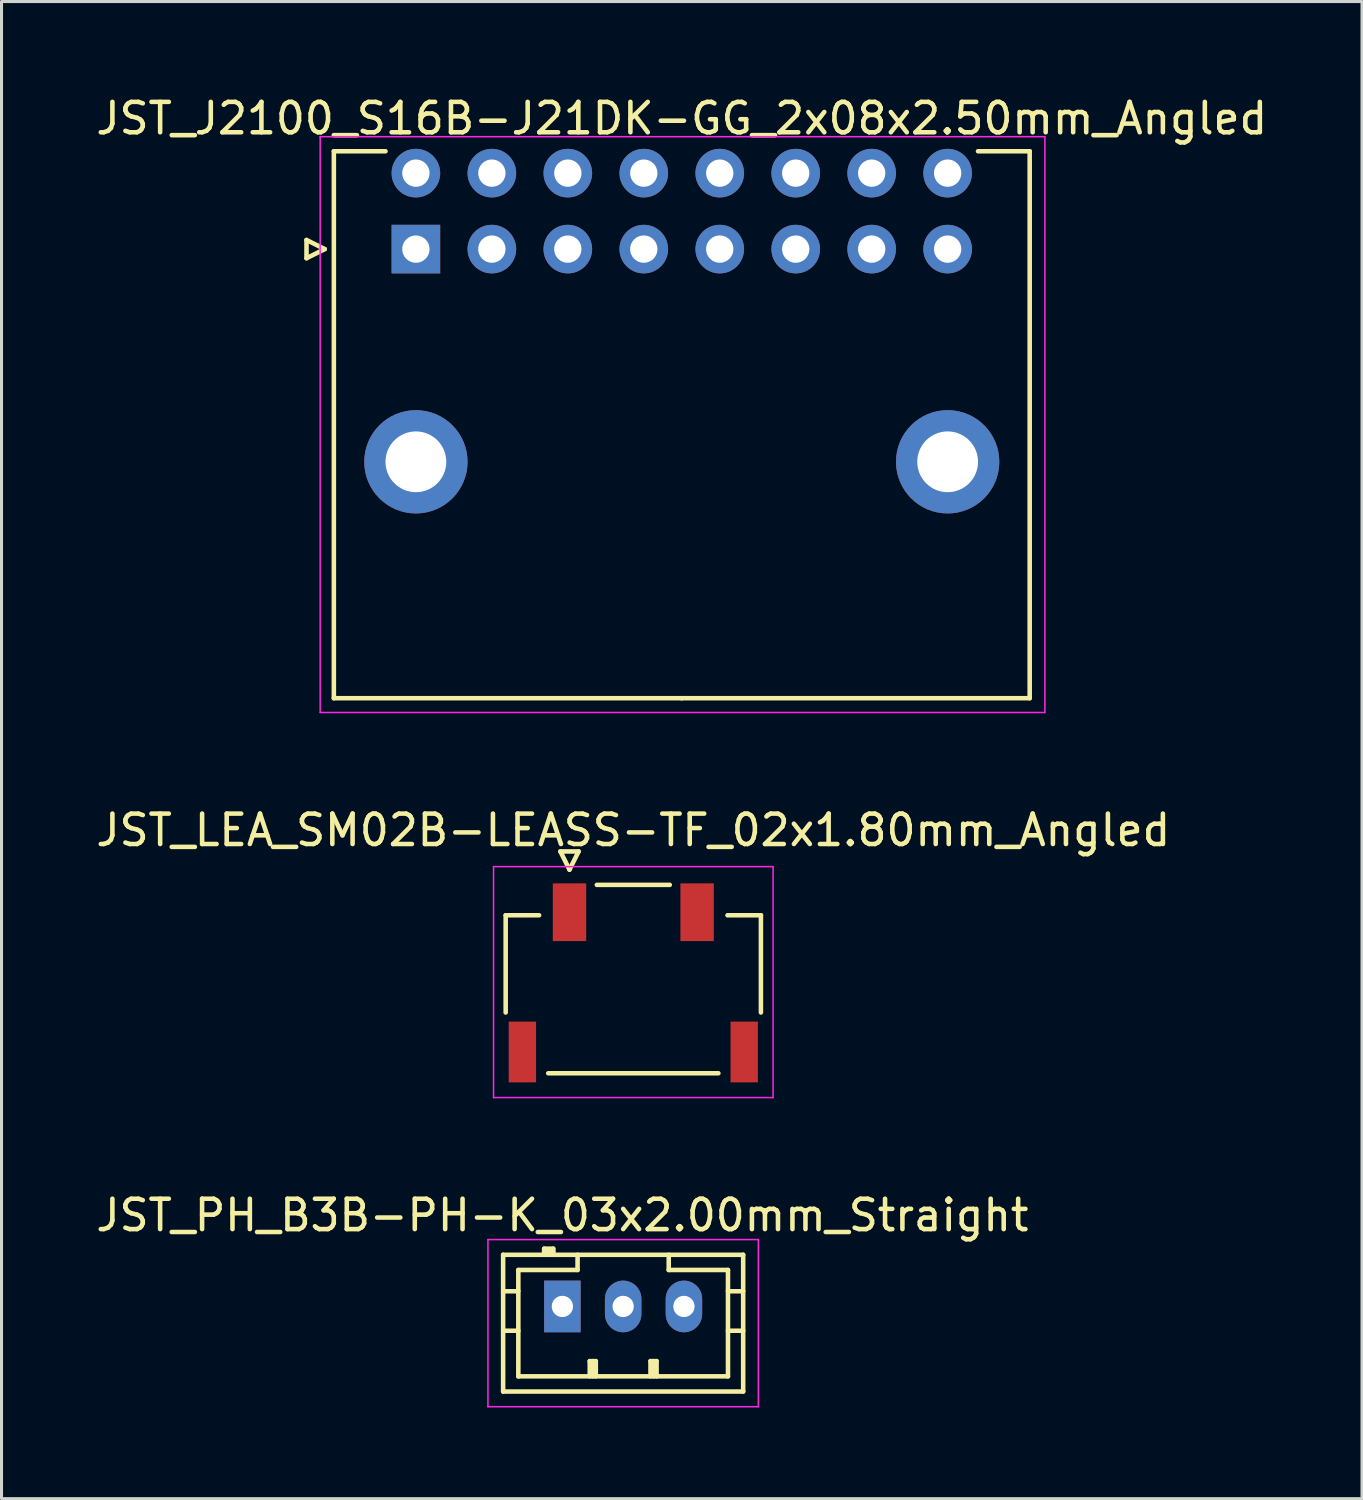
<source format=kicad_pcb>
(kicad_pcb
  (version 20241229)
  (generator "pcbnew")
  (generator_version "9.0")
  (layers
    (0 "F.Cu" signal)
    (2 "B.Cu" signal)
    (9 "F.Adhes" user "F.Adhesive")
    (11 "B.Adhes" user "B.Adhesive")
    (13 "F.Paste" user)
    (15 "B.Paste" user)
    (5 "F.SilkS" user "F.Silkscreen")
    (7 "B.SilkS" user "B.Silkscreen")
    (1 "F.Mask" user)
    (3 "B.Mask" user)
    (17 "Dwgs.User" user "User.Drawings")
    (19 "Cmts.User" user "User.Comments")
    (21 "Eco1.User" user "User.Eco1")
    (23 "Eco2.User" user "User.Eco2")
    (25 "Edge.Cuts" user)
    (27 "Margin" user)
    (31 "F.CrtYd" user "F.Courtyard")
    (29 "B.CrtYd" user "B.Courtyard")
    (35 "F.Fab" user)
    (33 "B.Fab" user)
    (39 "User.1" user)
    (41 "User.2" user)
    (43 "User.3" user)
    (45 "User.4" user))
  (footprint "JST_J2100_S16B-J21DK-GG_2x08x2.50mm_Angled"
    (layer "F.Cu")
    (at 10.637 5.148)
    (property "Reference" "JST_J2100_S16B-J21DK-GG_2x08x2.50mm_Angled" (at 8.75 -4.3 0) (layer "F.SilkS") (effects (font (size 1 1) (thickness 0.15))))
    (attr through_hole)
    (fp_line (start -3.6 -0.3) (end -3 0) (stroke (width 0.15) (type solid)) (layer "F.SilkS"))
    (fp_line (start -3.6 0.3) (end -3.6 -0.3) (stroke (width 0.15) (type solid)) (layer "F.SilkS"))
    (fp_line (start -3 0) (end -3.6 0.3) (stroke (width 0.15) (type solid)) (layer "F.SilkS"))
    (fp_line (start -2.7 -3.22) (end -2.7 14.78) (stroke (width 0.15) (type solid)) (layer "F.SilkS"))
    (fp_line (start -2.7 14.78) (end 8.75 14.78) (stroke (width 0.15) (type solid)) (layer "F.SilkS"))
    (fp_line (start -1 -3.22) (end -2.7 -3.22) (stroke (width 0.15) (type solid)) (layer "F.SilkS"))
    (fp_line (start 18.5 -3.22) (end 20.2 -3.22) (stroke (width 0.15) (type solid)) (layer "F.SilkS"))
    (fp_line (start 20.2 -3.22) (end 20.2 14.78) (stroke (width 0.15) (type solid)) (layer "F.SilkS"))
    (fp_line (start 20.2 14.78) (end 8.75 14.78) (stroke (width 0.15) (type solid)) (layer "F.SilkS"))
    (fp_line (start -3.15 -3.7) (end -3.15 15.25) (stroke (width 0.05) (type solid)) (layer "F.CrtYd"))
    (fp_line (start -3.15 15.25) (end 20.7 15.25) (stroke (width 0.05) (type solid)) (layer "F.CrtYd"))
    (fp_line (start 20.7 -3.7) (end -3.15 -3.7) (stroke (width 0.05) (type solid)) (layer "F.CrtYd"))
    (fp_line (start 20.7 15.25) (end 20.7 -3.7) (stroke (width 0.05) (type solid)) (layer "F.CrtYd"))
    (pad "" thru_hole circle (at 0 7) (size 3.4 3.4) (drill 2) (layers "*.Cu" "*.Mask"))
    (pad "" thru_hole circle (at 17.5 7) (size 3.4 3.4) (drill 2) (layers "*.Cu" "*.Mask"))
    (pad "1" thru_hole rect (at 0 0) (size 1.6 1.6) (drill 0.9) (layers "*.Cu" "*.Mask"))
    (pad "2" thru_hole circle (at 0 -2.5) (size 1.6 1.6) (drill 0.9) (layers "*.Cu" "*.Mask"))
    (pad "3" thru_hole circle (at 2.5 0) (size 1.6 1.6) (drill 0.9) (layers "*.Cu" "*.Mask"))
    (pad "4" thru_hole circle (at 2.5 -2.5) (size 1.6 1.6) (drill 0.9) (layers "*.Cu" "*.Mask"))
    (pad "5" thru_hole circle (at 5 0) (size 1.6 1.6) (drill 0.9) (layers "*.Cu" "*.Mask"))
    (pad "6" thru_hole circle (at 5 -2.5) (size 1.6 1.6) (drill 0.9) (layers "*.Cu" "*.Mask"))
    (pad "7" thru_hole circle (at 7.5 0) (size 1.6 1.6) (drill 0.9) (layers "*.Cu" "*.Mask"))
    (pad "8" thru_hole circle (at 7.5 -2.5) (size 1.6 1.6) (drill 0.9) (layers "*.Cu" "*.Mask"))
    (pad "9" thru_hole circle (at 10 0) (size 1.6 1.6) (drill 0.9) (layers "*.Cu" "*.Mask"))
    (pad "10" thru_hole circle (at 10 -2.5) (size 1.6 1.6) (drill 0.9) (layers "*.Cu" "*.Mask"))
    (pad "11" thru_hole circle (at 12.5 0) (size 1.6 1.6) (drill 0.9) (layers "*.Cu" "*.Mask"))
    (pad "12" thru_hole circle (at 12.5 -2.5) (size 1.6 1.6) (drill 0.9) (layers "*.Cu" "*.Mask"))
    (pad "13" thru_hole circle (at 15 0) (size 1.6 1.6) (drill 0.9) (layers "*.Cu" "*.Mask"))
    (pad "14" thru_hole circle (at 15 -2.5) (size 1.6 1.6) (drill 0.9) (layers "*.Cu" "*.Mask"))
    (pad "15" thru_hole circle (at 17.5 0) (size 1.6 1.6) (drill 0.9) (layers "*.Cu" "*.Mask"))
    (pad "16" thru_hole circle (at 17.5 -2.5) (size 1.6 1.6) (drill 0.9) (layers "*.Cu" "*.Mask")))
  (footprint "JST_LEA_SM02B-LEASS-TF_02x1.80mm_Angled"
    (layer "F.Cu")
    (at 17.792 29.271)
    (property "Reference" "JST_LEA_SM02B-LEASS-TF_02x1.80mm_Angled" (at 0 -5 0) (layer "F.SilkS") (effects (font (size 1 1) (thickness 0.15))))
    (attr smd)
    (fp_line (start -4.2 -2.2) (end -3.1 -2.2) (stroke (width 0.15) (type solid)) (layer "F.SilkS"))
    (fp_line (start -4.2 1) (end -4.2 -2.2) (stroke (width 0.15) (type solid)) (layer "F.SilkS"))
    (fp_line (start -2.4 -4.3) (end -2.1 -3.7) (stroke (width 0.15) (type solid)) (layer "F.SilkS"))
    (fp_line (start -2.1 -3.7) (end -1.8 -4.3) (stroke (width 0.15) (type solid)) (layer "F.SilkS"))
    (fp_line (start -1.8 -4.3) (end -2.4 -4.3) (stroke (width 0.15) (type solid)) (layer "F.SilkS"))
    (fp_line (start 1.2 -3.2) (end -1.2 -3.2) (stroke (width 0.15) (type solid)) (layer "F.SilkS"))
    (fp_line (start 2.8 3) (end -2.8 3) (stroke (width 0.15) (type solid)) (layer "F.SilkS"))
    (fp_line (start 4.2 -2.2) (end 3.1 -2.2) (stroke (width 0.15) (type solid)) (layer "F.SilkS"))
    (fp_line (start 4.2 1) (end 4.2 -2.2) (stroke (width 0.15) (type solid)) (layer "F.SilkS"))
    (fp_line (start -4.6 -3.8) (end 4.6 -3.8) (stroke (width 0.05) (type solid)) (layer "F.CrtYd"))
    (fp_line (start -4.6 3.8) (end -4.6 -3.8) (stroke (width 0.05) (type solid)) (layer "F.CrtYd"))
    (fp_line (start 4.6 -3.8) (end 4.6 3.8) (stroke (width 0.05) (type solid)) (layer "F.CrtYd"))
    (fp_line (start 4.6 3.8) (end -4.6 3.8) (stroke (width 0.05) (type solid)) (layer "F.CrtYd"))
    (pad "" smd rect (at -3.65 2.3) (size 0.9 2) (layers "F.Cu" "F.Mask" "F.Paste"))
    (pad "" smd rect (at 3.65 2.3) (size 0.9 2) (layers "F.Cu" "F.Mask" "F.Paste"))
    (pad "1" smd rect (at -2.1 -2.3) (size 1.1 1.9) (layers "F.Cu" "F.Mask" "F.Paste"))
    (pad "2" smd rect (at 2.1 -2.3) (size 1.1 1.9) (layers "F.Cu" "F.Mask" "F.Paste")))
  (footprint "JST_PH_B3B-PH-K_03x2.00mm_Straight"
    (layer "F.Cu")
    (at 15.458 39.945)
    (property "Reference" "JST_PH_B3B-PH-K_03x2.00mm_Straight" (at 0 -3 0) (layer "F.SilkS") (effects (font (size 1 1) (thickness 0.15))))
    (attr through_hole)
    (fp_line (start -1.95 -1.7) (end 5.95 -1.7) (stroke (width 0.15) (type solid)) (layer "F.SilkS"))
    (fp_line (start -1.95 -0.5) (end -1.45 -0.5) (stroke (width 0.15) (type solid)) (layer "F.SilkS"))
    (fp_line (start -1.95 0.8) (end -1.45 0.8) (stroke (width 0.15) (type solid)) (layer "F.SilkS"))
    (fp_line (start -1.95 2.8) (end -1.95 -1.7) (stroke (width 0.15) (type solid)) (layer "F.SilkS"))
    (fp_line (start -1.45 -1.2) (end -1.45 2.3) (stroke (width 0.15) (type solid)) (layer "F.SilkS"))
    (fp_line (start -1.45 2.3) (end 5.45 2.3) (stroke (width 0.15) (type solid)) (layer "F.SilkS"))
    (fp_line (start -0.6 -1.9) (end -0.6 -1.7) (stroke (width 0.15) (type solid)) (layer "F.SilkS"))
    (fp_line (start -0.3 -1.9) (end -0.6 -1.9) (stroke (width 0.15) (type solid)) (layer "F.SilkS"))
    (fp_line (start -0.3 -1.8) (end -0.6 -1.8) (stroke (width 0.15) (type solid)) (layer "F.SilkS"))
    (fp_line (start -0.3 -1.7) (end -0.3 -1.9) (stroke (width 0.15) (type solid)) (layer "F.SilkS"))
    (fp_line (start 0.5 -1.7) (end 0.5 -1.2) (stroke (width 0.15) (type solid)) (layer "F.SilkS"))
    (fp_line (start 0.5 -1.2) (end -1.45 -1.2) (stroke (width 0.15) (type solid)) (layer "F.SilkS"))
    (fp_line (start 0.9 1.8) (end 1.1 1.8) (stroke (width 0.15) (type solid)) (layer "F.SilkS"))
    (fp_line (start 0.9 2.3) (end 0.9 1.8) (stroke (width 0.15) (type solid)) (layer "F.SilkS"))
    (fp_line (start 1 2.3) (end 1 1.8) (stroke (width 0.15) (type solid)) (layer "F.SilkS"))
    (fp_line (start 1.1 1.8) (end 1.1 2.3) (stroke (width 0.15) (type solid)) (layer "F.SilkS"))
    (fp_line (start 2.9 1.8) (end 3.1 1.8) (stroke (width 0.15) (type solid)) (layer "F.SilkS"))
    (fp_line (start 2.9 2.3) (end 2.9 1.8) (stroke (width 0.15) (type solid)) (layer "F.SilkS"))
    (fp_line (start 3 2.3) (end 3 1.8) (stroke (width 0.15) (type solid)) (layer "F.SilkS"))
    (fp_line (start 3.1 1.8) (end 3.1 2.3) (stroke (width 0.15) (type solid)) (layer "F.SilkS"))
    (fp_line (start 3.5 -1.2) (end 3.5 -1.7) (stroke (width 0.15) (type solid)) (layer "F.SilkS"))
    (fp_line (start 5.45 -1.2) (end 3.5 -1.2) (stroke (width 0.15) (type solid)) (layer "F.SilkS"))
    (fp_line (start 5.45 -0.5) (end 5.95 -0.5) (stroke (width 0.15) (type solid)) (layer "F.SilkS"))
    (fp_line (start 5.45 0.8) (end 5.95 0.8) (stroke (width 0.15) (type solid)) (layer "F.SilkS"))
    (fp_line (start 5.45 2.3) (end 5.45 -1.2) (stroke (width 0.15) (type solid)) (layer "F.SilkS"))
    (fp_line (start 5.95 -1.7) (end 5.95 2.8) (stroke (width 0.15) (type solid)) (layer "F.SilkS"))
    (fp_line (start 5.95 2.8) (end -1.95 2.8) (stroke (width 0.15) (type solid)) (layer "F.SilkS"))
    (fp_line (start -2.45 -2.2) (end 6.45 -2.2) (stroke (width 0.05) (type solid)) (layer "F.CrtYd"))
    (fp_line (start -2.45 3.3) (end -2.45 -2.2) (stroke (width 0.05) (type solid)) (layer "F.CrtYd"))
    (fp_line (start 6.45 -2.2) (end 6.45 3.3) (stroke (width 0.05) (type solid)) (layer "F.CrtYd"))
    (fp_line (start 6.45 3.3) (end -2.45 3.3) (stroke (width 0.05) (type solid)) (layer "F.CrtYd"))
    (pad "1" thru_hole rect (at 0 0) (size 1.2 1.7) (drill 0.7) (layers "*.Cu" "*.Mask"))
    (pad "2" thru_hole oval (at 2 0) (size 1.2 1.7) (drill 0.7) (layers "*.Cu" "*.Mask"))
    (pad "3" thru_hole oval (at 4 0) (size 1.2 1.7) (drill 0.7) (layers "*.Cu" "*.Mask")))
  (gr_rect
    (start -3 -3)
    (end 41.774 46.27)
    (stroke (width 0.1) (type default))
    (fill no)
    (layer "Edge.Cuts")))
</source>
